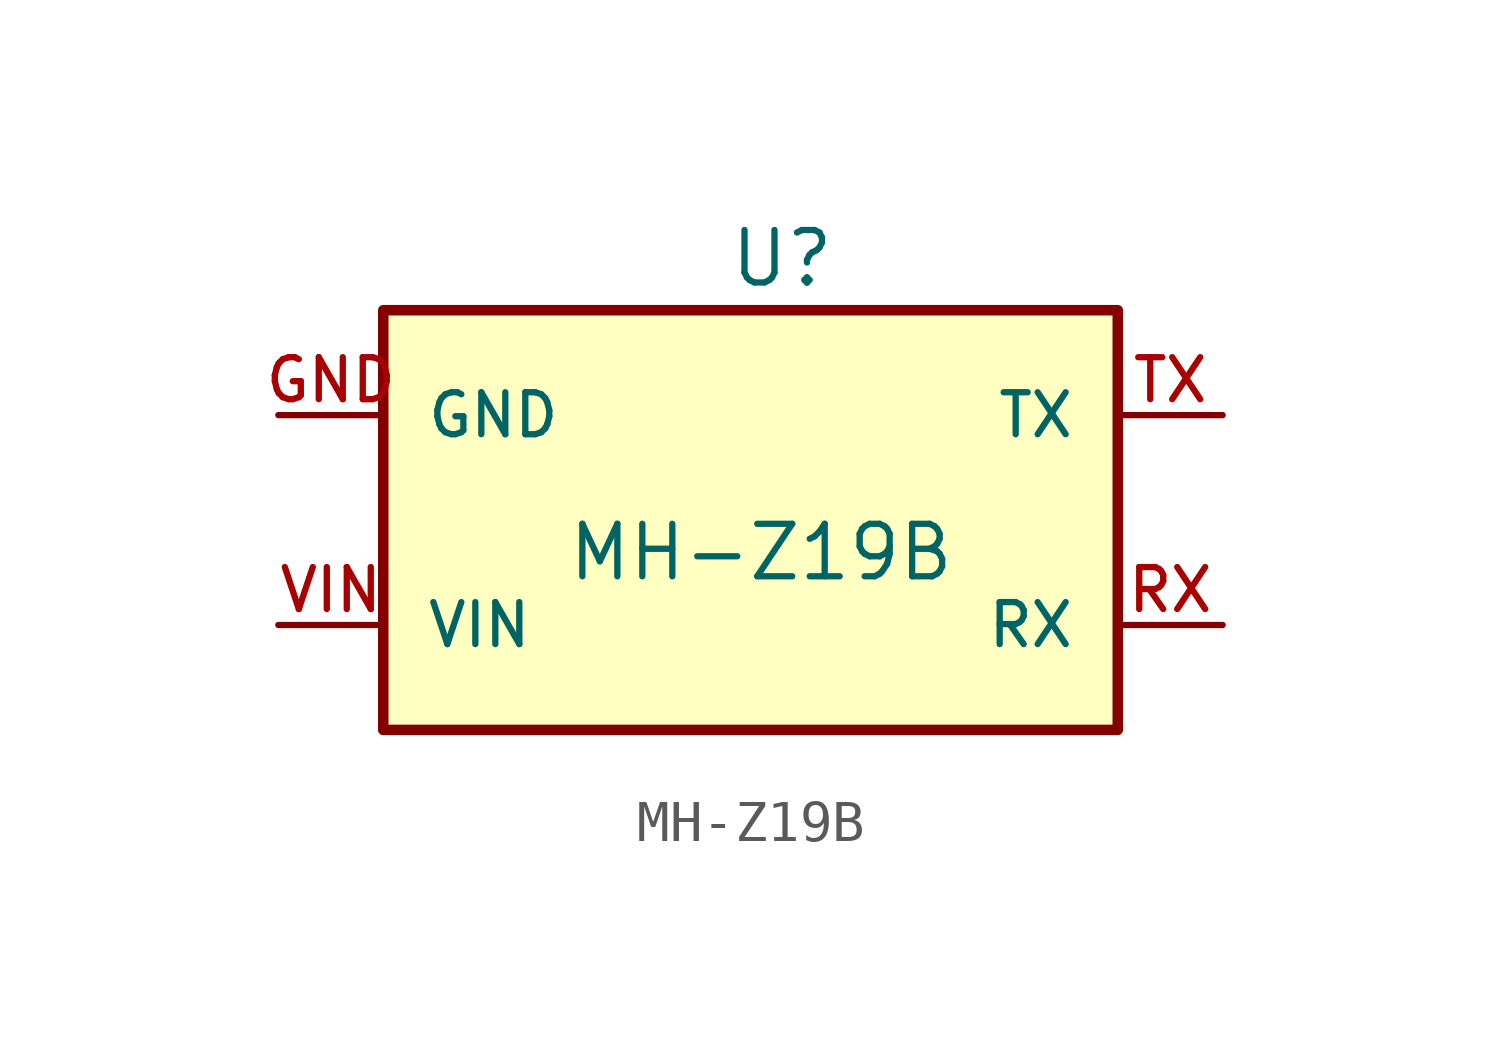
<source format=kicad_sym>
(kicad_symbol_lib
  (version 20231120)
  (generator "kicad_symbol_editor")
  (generator_version "8.0")
  (symbol "MH-Z19B"
    (pin_names
      (offset 1.016))
    (property "Reference" "U"
      (at 9.652 10.668 0)
      (effects (font (size 1.27 1.27)) (justify bottom)))
    (property "Value" "MH-Z19B"
      (at 9.144 3.556 0)
      (effects (font (size 1.27 1.27)) (justify bottom)))
    (symbol "MH-Z19B_0_0"
      (rectangle (start 0 10.16) (end 17.78 0) (stroke (width 0.254) (type default)) (fill (type background)))
      (pin bidirectional line (at -2.54 7.62 0) (length 2.54) (name "GND" (effects (font (size 1.016 1.016)))) (number "GND" (effects (font (size 1.016 1.016)))))
      (pin bidirectional line (at -2.54 2.54 0) (length 2.54) (name "VIN" (effects (font (size 1.016 1.016)))) (number "VIN" (effects (font (size 1.016 1.016))))))
    (symbol "MH-Z19B_1_0"
      (pin bidirectional line (at 20.32 2.54 180) (length 2.54) (name "RX" (effects (font (size 1.016 1.016)))) (number "RX" (effects (font (size 1.016 1.016)))))
      (pin bidirectional line (at 20.32 7.62 180) (length 2.54) (name "TX" (effects (font (size 1.016 1.016)))) (number "TX" (effects (font (size 1.016 1.016))))))))
</source>
